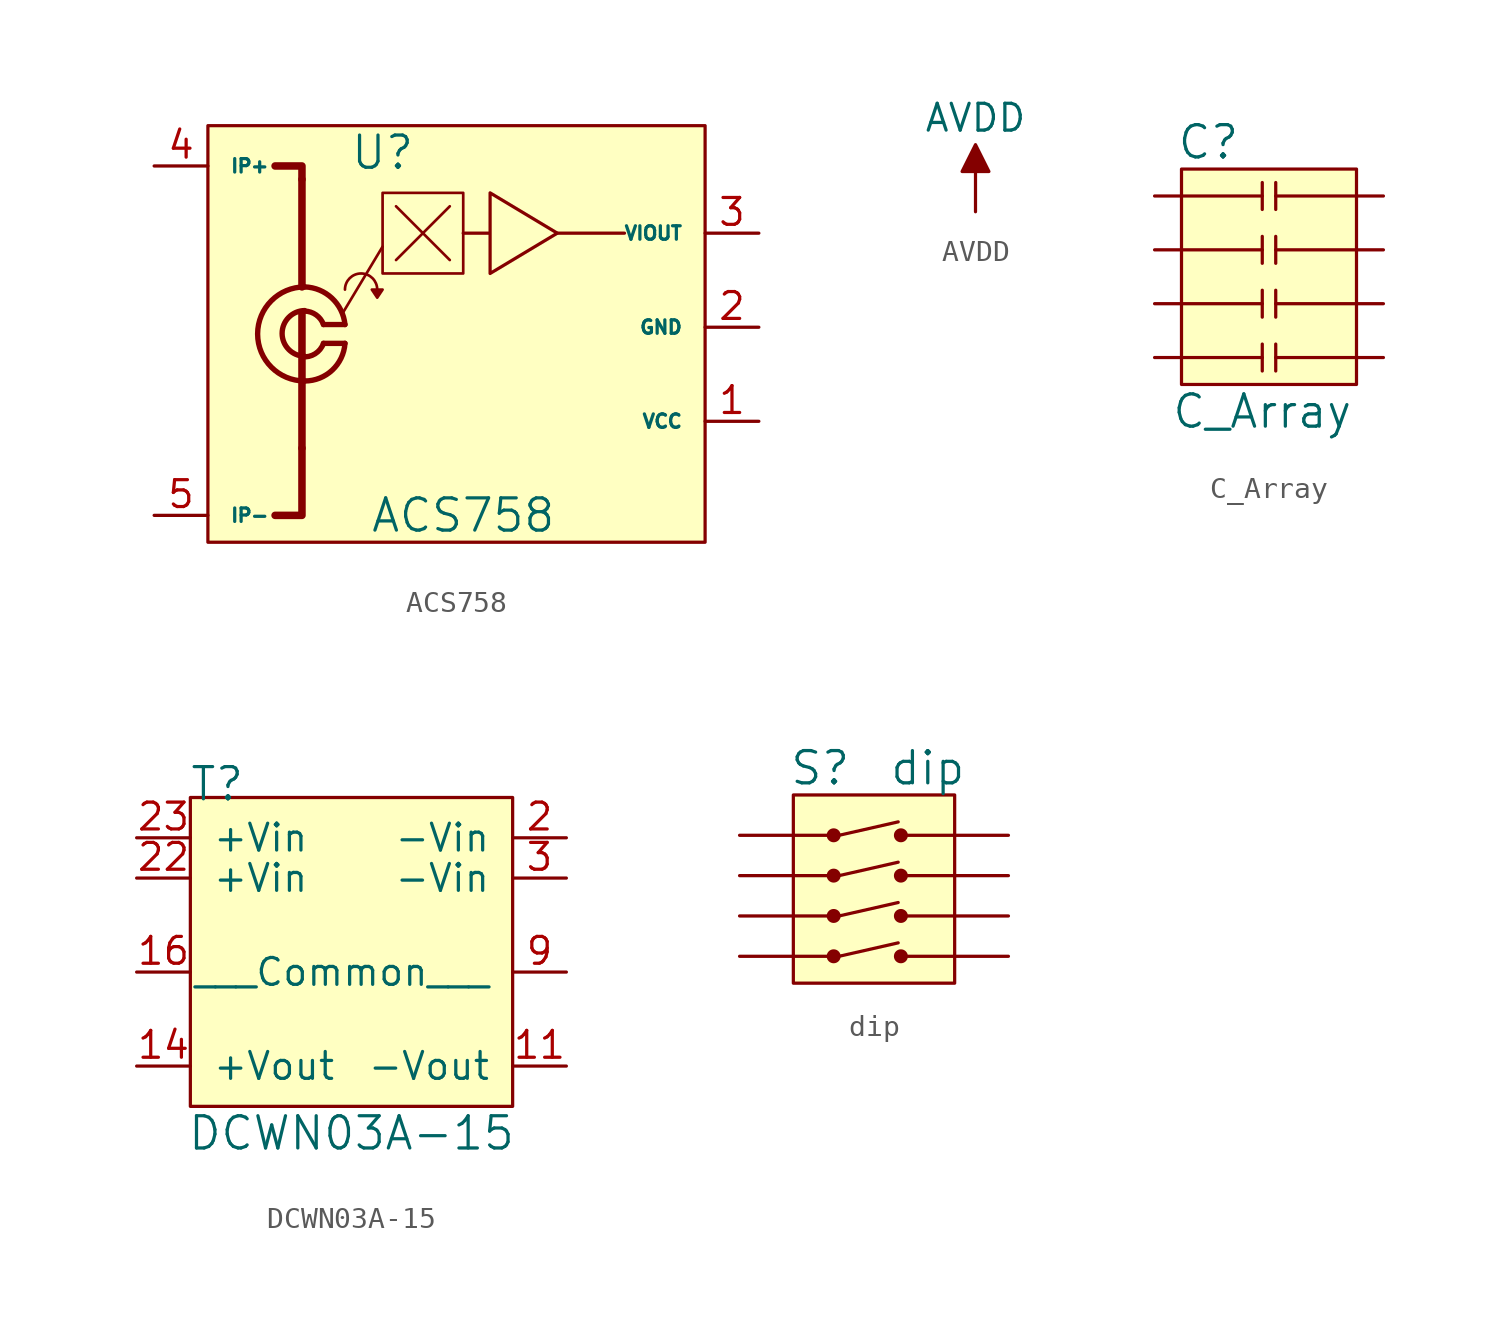
<source format=kicad_sym>
(kicad_symbol_lib
  (version 20211014)
  (generator kicad_symbol_editor)
  (symbol "ACS758"
    (pin_names
      (offset 1.016))
    (property "Reference" "U"
      (at -3.175 6.35 0)
      (effects (font (size 1.524 1.524))))
    (property "Value" "ACS758"
      (at 0.635 -10.795 0)
      (effects (font (size 1.524 1.524))))
    (symbol "ACS758_0_1"
      (arc (start -6.985 -3.302) (mid -6.3659 -3.1622) (end -5.969 -2.667) (stroke (width 0.254) (type default) (color 0 0 0 0)) (fill (type none)))
      (arc (start -6.858 -4.445) (mid -5.5537 -3.9329) (end -4.953 -2.667) (stroke (width 0.254) (type default) (color 0 0 0 0)) (fill (type none)))
      (arc (start -6.858 -1.1176) (mid -7.9503 -2.1971) (end -6.858 -3.2766) (stroke (width 0.254) (type default) (color 0 0 0 0)) (fill (type none)))
      (arc (start -6.858 0) (mid -9.0678 -2.2225) (end -6.858 -4.445) (stroke (width 0.254) (type default) (color 0 0 0 0)) (fill (type none)))
      (arc (start -5.969 -1.778) (mid -6.3152 -1.3229) (end -6.858 -1.143) (stroke (width 0.254) (type default) (color 0 0 0 0)) (fill (type none)))
      (arc (start -4.953 -1.778) (mid -5.5702 -0.5298) (end -6.858 0) (stroke (width 0.254) (type default) (color 0 0 0 0)) (fill (type none)))
      (arc (start -3.429 -0.127) (mid -4.191 0.635) (end -4.953 -0.127) (stroke (width 0.127) (type default) (color 0 0 0 0)) (fill (type none)))
      (rectangle (start -3.175 4.445) (end 0.635 0.635) (stroke (width 0.127) (type default) (color 0 0 0 0)) (fill (type none)))
      (polyline (pts (xy -6.985 -1.219) (xy -6.985 -7.62)) (stroke (width 0.356) (type default) (color 0 0 0 0)) (fill (type none)))
      (polyline (pts (xy -6.985 0) (xy -6.985 5.08)) (stroke (width 0.356) (type default) (color 0 0 0 0)) (fill (type none)))
      (polyline (pts (xy -5.969 -2.667) (xy -4.953 -2.667)) (stroke (width 0.254) (type default) (color 0 0 0 0)) (fill (type background)))
      (polyline (pts (xy -5.08 -1.27) (xy -3.175 1.905)) (stroke (width 0.127) (type default) (color 0 0 0 0)) (fill (type none)))
      (polyline (pts (xy -2.54 1.27) (xy 0 3.81)) (stroke (width 0.127) (type default) (color 0 0 0 0)) (fill (type none)))
      (polyline (pts (xy -2.54 3.81) (xy 0 1.27)) (stroke (width 0.127) (type default) (color 0 0 0 0)) (fill (type none)))
      (polyline (pts (xy 5.08 2.54) (xy 8.255 2.54)) (stroke (width 0) (type default) (color 0 0 0 0)) (fill (type none)))
      (polyline (pts (xy -8.255 5.715) (xy -6.985 5.715) (xy -6.985 5.08)) (stroke (width 0.356) (type default) (color 0 0 0 0)) (fill (type none)))
      (polyline (pts (xy -6.985 -7.62) (xy -6.985 -10.795) (xy -8.255 -10.795)) (stroke (width 0.356) (type default) (color 0 0 0 0)) (fill (type none)))
      (polyline (pts (xy -3.683 -0.127) (xy -3.429 -0.508) (xy -3.175 -0.127) (xy -3.683 -0.127)) (stroke (width 0.127) (type default) (color 0 0 0 0)) (fill (type outline)))
      (polyline (pts (xy 0.635 2.54) (xy 1.905 2.54) (xy 1.905 0.635) (xy 5.08 2.54) (xy 1.905 4.445) (xy 1.905 2.54)) (stroke (width 0) (type default) (color 0 0 0 0)) (fill (type none)))
      (rectangle (start 12.065 7.62) (end -11.43 -12.065) (stroke (width 0) (type default) (color 0 0 0 0)) (fill (type background))))
    (symbol "ACS758_1_1"
      (polyline (pts (xy -5.969 -1.778) (xy -4.953 -1.778)) (stroke (width 0.254) (type default) (color 0 0 0 0)) (fill (type background)))
      (pin input line (at 14.605 -6.35 180) (length 2.54) (name "VCC" (effects (font (size 0.635 0.635)))) (number "1" (effects (font (size 1.27 1.27)))))
      (pin input line (at 14.605 -1.905 180) (length 2.54) (name "GND" (effects (font (size 0.635 0.635)))) (number "2" (effects (font (size 1.27 1.27)))))
      (pin input line (at 14.605 2.54 180) (length 2.54) (name "VIOUT" (effects (font (size 0.635 0.635)))) (number "3" (effects (font (size 1.27 1.27)))))
      (pin input line (at -13.97 5.715 0) (length 2.54) (name "IP+" (effects (font (size 0.635 0.635)))) (number "4" (effects (font (size 1.27 1.27)))))
      (pin input line (at -13.97 -10.795 0) (length 2.54) (name "IP-" (effects (font (size 0.635 0.635)))) (number "5" (effects (font (size 1.27 1.27)))))))
  (symbol "AVDD"
    (power)
    (pin_names
      (offset 0))
    (property "Reference" "#PWR"
      (at -2.54 1.27 90)
      (effects (font (size 1.27 1.27)) hide))
    (property "Value" "AVDD"
      (at 0 4.445 0)
      (effects (font (size 1.27 1.27))))
    (property "Footprint" ""
      (at 0 0 0)
      (effects (font (size 1.27 1.27))))
    (property "Datasheet" ""
      (at 0 0 0)
      (effects (font (size 1.27 1.27))))
    (symbol "AVDD_0_1"
      (polyline (pts (xy 0 0) (xy 0 1.905) (xy -0.635 1.905) (xy 0 3.175) (xy 0.635 1.905) (xy 0 1.905)) (stroke (width 0) (type default) (color 0 0 0 0)) (fill (type outline))))
    (symbol "AVDD_1_1"
      (pin power_out line (at 0 0 90) (length 0) hide (name "AVDD" (effects (font (size 1.27 1.27)))) (number "1" (effects (font (size 1.27 1.27)))))))
  (symbol "C_Array"
    (pin_names
      (offset 1.016))
    (property "Reference" "C"
      (at -3.175 6.35 0)
      (effects (font (size 1.524 1.524))))
    (property "Value" "C_Array"
      (at -0.635 -6.35 0)
      (effects (font (size 1.524 1.524))))
    (symbol "C_Array_0_1"
      (polyline (pts (xy -4.445 -3.81) (xy -0.635 -3.81)) (stroke (width 0) (type default) (color 0 0 0 0)) (fill (type none)))
      (polyline (pts (xy -4.445 -1.27) (xy -0.635 -1.27)) (stroke (width 0) (type default) (color 0 0 0 0)) (fill (type none)))
      (polyline (pts (xy -4.445 1.27) (xy -0.635 1.27)) (stroke (width 0) (type default) (color 0 0 0 0)) (fill (type none)))
      (polyline (pts (xy -4.445 3.81) (xy -0.635 3.81)) (stroke (width 0) (type default) (color 0 0 0 0)) (fill (type none)))
      (polyline (pts (xy -0.635 -3.175) (xy -0.635 -4.445)) (stroke (width 0) (type default) (color 0 0 0 0)) (fill (type none)))
      (polyline (pts (xy -0.635 -0.635) (xy -0.635 -1.905)) (stroke (width 0) (type default) (color 0 0 0 0)) (fill (type none)))
      (polyline (pts (xy -0.635 1.905) (xy -0.635 0.635)) (stroke (width 0) (type default) (color 0 0 0 0)) (fill (type none)))
      (polyline (pts (xy -0.635 4.445) (xy -0.635 3.175)) (stroke (width 0) (type default) (color 0 0 0 0)) (fill (type none)))
      (polyline (pts (xy 0 -3.175) (xy 0 -4.445)) (stroke (width 0) (type default) (color 0 0 0 0)) (fill (type none)))
      (polyline (pts (xy 0 -0.635) (xy 0 -1.905)) (stroke (width 0) (type default) (color 0 0 0 0)) (fill (type none)))
      (polyline (pts (xy 0 1.905) (xy 0 0.635)) (stroke (width 0) (type default) (color 0 0 0 0)) (fill (type none)))
      (polyline (pts (xy 0 4.445) (xy 0 3.175)) (stroke (width 0) (type default) (color 0 0 0 0)) (fill (type none)))
      (polyline (pts (xy 3.81 -3.81) (xy 0 -3.81)) (stroke (width 0) (type default) (color 0 0 0 0)) (fill (type none)))
      (polyline (pts (xy 3.81 -1.27) (xy 0 -1.27)) (stroke (width 0) (type default) (color 0 0 0 0)) (fill (type none)))
      (polyline (pts (xy 3.81 1.27) (xy 0 1.27)) (stroke (width 0) (type default) (color 0 0 0 0)) (fill (type none)))
      (polyline (pts (xy 3.81 3.81) (xy 0 3.81)) (stroke (width 0) (type default) (color 0 0 0 0)) (fill (type none)))
      (rectangle (start 3.81 -5.08) (end -4.445 5.08) (stroke (width 0) (type default) (color 0 0 0 0)) (fill (type background))))
    (symbol "C_Array_1_1"
      (pin bidirectional line (at -5.715 -3.81 0) (length 1.27) (name "~" (effects (font (size 1.27 1.27)))) (number "~" (effects (font (size 1.27 1.27)))))
      (pin bidirectional line (at -5.715 -1.27 0) (length 1.27) (name "~" (effects (font (size 1.27 1.27)))) (number "~" (effects (font (size 1.27 1.27)))))
      (pin bidirectional line (at -5.715 1.27 0) (length 1.27) (name "~" (effects (font (size 1.27 1.27)))) (number "~" (effects (font (size 1.27 1.27)))))
      (pin bidirectional line (at -5.715 3.81 0) (length 1.27) (name "~" (effects (font (size 1.27 1.27)))) (number "~" (effects (font (size 1.27 1.27)))))
      (pin bidirectional line (at 5.08 -3.81 180) (length 1.27) (name "~" (effects (font (size 1.27 1.27)))) (number "~" (effects (font (size 1.27 1.27)))))
      (pin bidirectional line (at 5.08 -1.27 180) (length 1.27) (name "~" (effects (font (size 1.27 1.27)))) (number "~" (effects (font (size 1.27 1.27)))))
      (pin bidirectional line (at 5.08 1.27 180) (length 1.27) (name "~" (effects (font (size 1.27 1.27)))) (number "~" (effects (font (size 1.27 1.27)))))
      (pin bidirectional line (at 5.08 3.81 180) (length 1.27) (name "~" (effects (font (size 1.27 1.27)))) (number "~" (effects (font (size 1.27 1.27)))))))
  (symbol "DCWN03A-15"
    (pin_names
      (offset 1.016))
    (property "Reference" "T"
      (at -6.35 6.985 0)
      (effects (font (size 1.524 1.524))))
    (property "Value" "DCWN03A-15"
      (at 0 -9.525 0)
      (effects (font (size 1.524 1.524))))
    (symbol "DCWN03A-15_0_1"
      (rectangle (start -7.62 6.35) (end 7.62 -8.255) (stroke (width 0) (type default) (color 0 0 0 0)) (fill (type background))))
    (symbol "DCWN03A-15_1_1"
      (pin input line (at 10.16 -6.35 180) (length 2.54) (name "-Vout" (effects (font (size 1.27 1.27)))) (number "11" (effects (font (size 1.27 1.27)))))
      (pin input line (at -10.16 -6.35 0) (length 2.54) (name "+Vout" (effects (font (size 1.27 1.27)))) (number "14" (effects (font (size 1.27 1.27)))))
      (pin input line (at -10.16 -1.905 0) (length 2.54) (name "~" (effects (font (size 1.27 1.27)))) (number "16" (effects (font (size 1.27 1.27)))))
      (pin input line (at 10.16 4.445 180) (length 2.54) (name "-Vin" (effects (font (size 1.27 1.27)))) (number "2" (effects (font (size 1.27 1.27)))))
      (pin input line (at -10.16 2.54 0) (length 2.54) (name "+Vin" (effects (font (size 1.27 1.27)))) (number "22" (effects (font (size 1.27 1.27)))))
      (pin input line (at -10.16 4.445 0) (length 2.54) (name "+Vin" (effects (font (size 1.27 1.27)))) (number "23" (effects (font (size 1.27 1.27)))))
      (pin input line (at 10.16 2.54 180) (length 2.54) (name "-Vin" (effects (font (size 1.27 1.27)))) (number "3" (effects (font (size 1.27 1.27)))))
      (pin input line (at 10.16 -1.905 180) (length 2.54) (name "___Common___" (effects (font (size 1.27 1.27)))) (number "9" (effects (font (size 1.27 1.27)))))))
  (symbol "dip"
    (pin_names
      (offset 1.016))
    (property "Reference" "S"
      (at 1.27 10.16 0)
      (effects (font (size 1.524 1.524))))
    (property "Value" "dip"
      (at 6.35 10.16 0)
      (effects (font (size 1.524 1.524))))
    (symbol "dip_0_1"
      (polyline (pts (xy 0 1.27) (xy 1.905 1.27)) (stroke (width 0) (type default) (color 0 0 0 0)) (fill (type none)))
      (polyline (pts (xy 0 3.175) (xy 1.905 3.175)) (stroke (width 0) (type default) (color 0 0 0 0)) (fill (type none)))
      (polyline (pts (xy 0 5.08) (xy 1.905 5.08)) (stroke (width 0) (type default) (color 0 0 0 0)) (fill (type none)))
      (polyline (pts (xy 0 6.985) (xy 1.905 6.985)) (stroke (width 0) (type default) (color 0 0 0 0)) (fill (type none)))
      (polyline (pts (xy 2.159 1.27) (xy 4.953 1.905)) (stroke (width 0) (type default) (color 0 0 0 0)) (fill (type none)))
      (polyline (pts (xy 2.159 3.175) (xy 4.953 3.81)) (stroke (width 0) (type default) (color 0 0 0 0)) (fill (type none)))
      (polyline (pts (xy 2.159 5.08) (xy 4.953 5.715)) (stroke (width 0) (type default) (color 0 0 0 0)) (fill (type none)))
      (polyline (pts (xy 2.159 6.985) (xy 4.953 7.62)) (stroke (width 0) (type default) (color 0 0 0 0)) (fill (type none)))
      (polyline (pts (xy 5.08 1.27) (xy 7.62 1.27)) (stroke (width 0) (type default) (color 0 0 0 0)) (fill (type none)))
      (polyline (pts (xy 5.08 3.175) (xy 7.62 3.175)) (stroke (width 0) (type default) (color 0 0 0 0)) (fill (type none)))
      (polyline (pts (xy 5.08 5.08) (xy 7.62 5.08)) (stroke (width 0) (type default) (color 0 0 0 0)) (fill (type none)))
      (polyline (pts (xy 5.08 6.985) (xy 7.62 6.985)) (stroke (width 0) (type default) (color 0 0 0 0)) (fill (type none)))
      (rectangle (start 0 0) (end 7.62 8.89) (stroke (width 0) (type default) (color 0 0 0 0)) (fill (type background)))
      (circle (center 1.905 1.27) (radius 0.254) (stroke (width 0) (type default) (color 0 0 0 0)) (fill (type outline)))
      (circle (center 1.905 3.175) (radius 0.254) (stroke (width 0) (type default) (color 0 0 0 0)) (fill (type outline)))
      (circle (center 1.905 5.08) (radius 0.254) (stroke (width 0) (type default) (color 0 0 0 0)) (fill (type outline)))
      (circle (center 1.905 6.985) (radius 0.254) (stroke (width 0) (type default) (color 0 0 0 0)) (fill (type outline)))
      (circle (center 5.08 1.27) (radius 0.254) (stroke (width 0) (type default) (color 0 0 0 0)) (fill (type outline)))
      (circle (center 5.08 3.175) (radius 0.254) (stroke (width 0) (type default) (color 0 0 0 0)) (fill (type outline)))
      (circle (center 5.08 5.08) (radius 0.254) (stroke (width 0) (type default) (color 0 0 0 0)) (fill (type outline)))
      (circle (center 5.08 6.985) (radius 0.254) (stroke (width 0) (type default) (color 0 0 0 0)) (fill (type outline))))
    (symbol "dip_1_1"
      (pin input line (at -2.54 1.27 0) (length 2.54) (name "~" (effects (font (size 1.27 1.27)))) (number "~" (effects (font (size 1.27 1.27)))))
      (pin input line (at -2.54 3.175 0) (length 2.54) (name "~" (effects (font (size 1.27 1.27)))) (number "~" (effects (font (size 1.27 1.27)))))
      (pin input line (at -2.54 5.08 0) (length 2.54) (name "~" (effects (font (size 1.27 1.27)))) (number "~" (effects (font (size 1.27 1.27)))))
      (pin input line (at -2.54 6.985 0) (length 2.54) (name "~" (effects (font (size 1.27 1.27)))) (number "~" (effects (font (size 1.27 1.27)))))
      (pin input line (at 10.16 1.27 180) (length 2.54) (name "~" (effects (font (size 1.27 1.27)))) (number "~" (effects (font (size 1.27 1.27)))))
      (pin input line (at 10.16 3.175 180) (length 2.54) (name "~" (effects (font (size 1.27 1.27)))) (number "~" (effects (font (size 1.27 1.27)))))
      (pin input line (at 10.16 5.08 180) (length 2.54) (name "~" (effects (font (size 1.27 1.27)))) (number "~" (effects (font (size 1.27 1.27)))))
      (pin input line (at 10.16 6.985 180) (length 2.54) (name "~" (effects (font (size 1.27 1.27)))) (number "~" (effects (font (size 1.27 1.27))))))))
</source>
